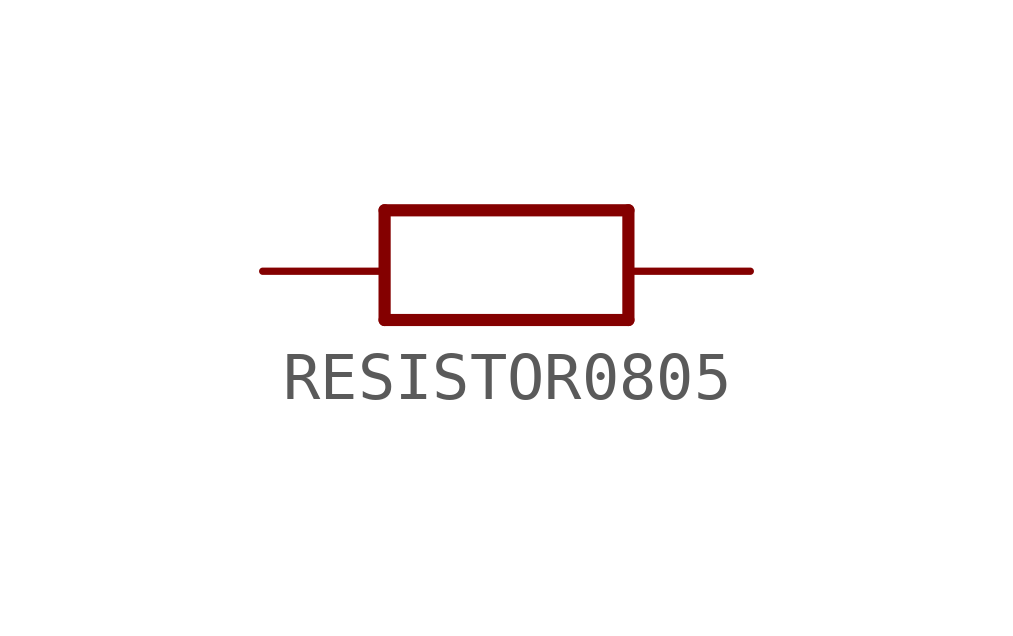
<source format=kicad_sym>
(kicad_symbol_lib
  (version 20231120)
  (generator "kicad_symbol_editor")
  (generator_version "8.0")
  (symbol "RESISTOR0805"
    (property "Reference" ""
      (at 4.064 1.905 0)
      (effects (font (size 1.27 1.079)) (justify left bottom) (hide yes)))
    (property "Value" ""
      (at 4.064 -0.381 0)
      (effects (font (size 1.27 1.079)) (justify left bottom)))
    (property "ki_locked" ""
      (at 0 0 0)
      (effects (font (size 1.27 1.27))))
    (symbol "RESISTOR0805_1_0"
      (polyline (pts (xy 2.54 -1.016) (xy 7.62 -1.016)) (stroke (width 0.254) (type solid)) (fill (type none)))
      (polyline (pts (xy 2.54 1.27) (xy 2.54 -1.016)) (stroke (width 0.254) (type solid)) (fill (type none)))
      (polyline (pts (xy 7.62 -1.016) (xy 7.62 1.27)) (stroke (width 0.254) (type solid)) (fill (type none)))
      (polyline (pts (xy 7.62 1.27) (xy 2.54 1.27)) (stroke (width 0.254) (type solid)) (fill (type none)))
      (pin bidirectional line (at 0 0 0) (length 2.54) (name "P$1" (effects (font (size 0 0)))) (number "P$1" (effects (font (size 0 0)))))
      (pin bidirectional line (at 10.16 0 180) (length 2.54) (name "P$2" (effects (font (size 0 0)))) (number "P$2" (effects (font (size 0 0))))))))
</source>
